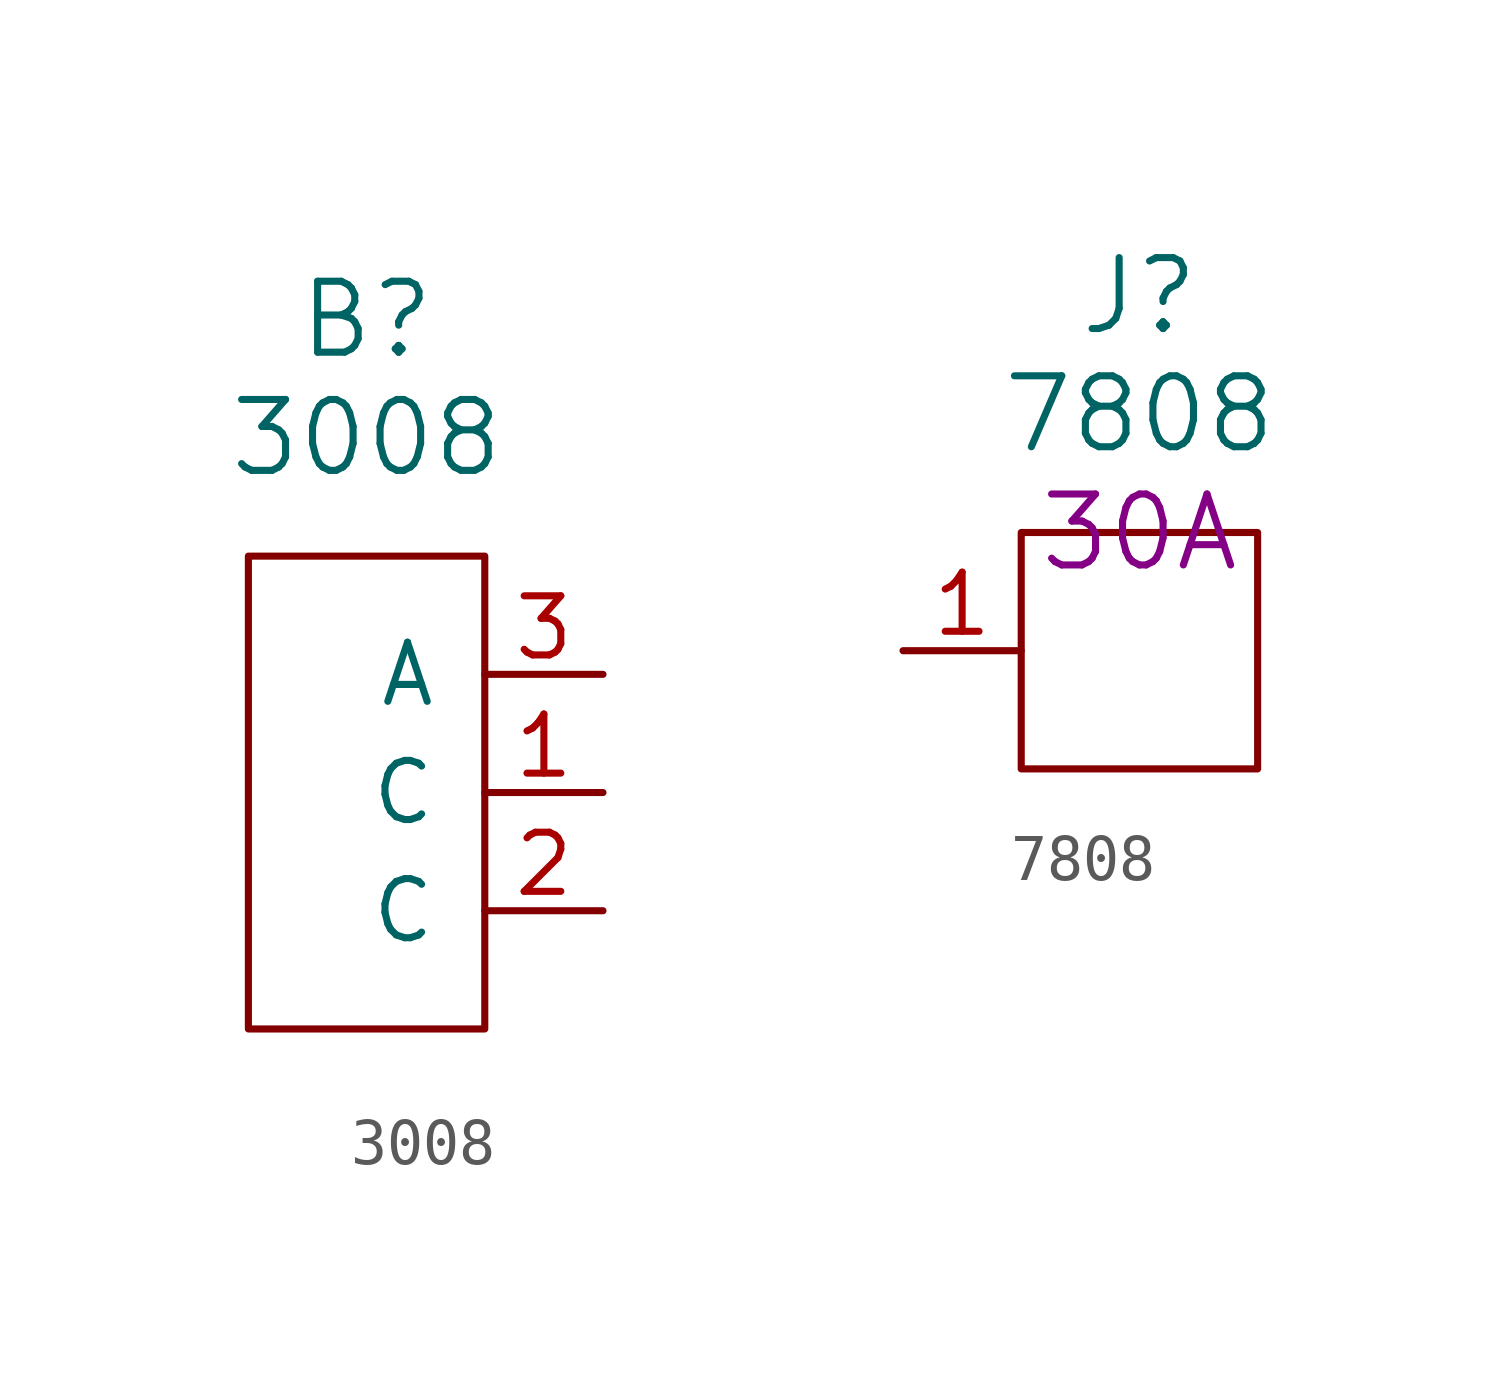
<source format=kicad_sym>
(kicad_symbol_lib
  (version 20220914)
  (generator kicad_symbol_editor)
  (symbol "3008"
    (pin_names
      (offset 1.016))
    (property "Reference" "B"
      (at 2.54 15.24 0)
      (effects (font (size 1.524 1.524))))
    (property "Value" "3008"
      (at 2.54 12.7 0)
      (effects (font (size 1.524 1.524))))
    (symbol "3008_0_1"
      (rectangle (start 0 0) (end 5.08 10.16) (stroke (width 0) (type solid)) (fill (type none))))
    (symbol "3008_1_1"
      (pin passive line (at 7.62 5.08 180) (length 2.54) (name "C" (effects (font (size 1.27 1.27)))) (number "1" (effects (font (size 1.27 1.27)))))
      (pin passive line (at 7.62 2.54 180) (length 2.54) (name "C" (effects (font (size 1.27 1.27)))) (number "2" (effects (font (size 1.27 1.27)))))
      (pin power_out line (at 7.62 7.62 180) (length 2.54) (name "A" (effects (font (size 1.27 1.27)))) (number "3" (effects (font (size 1.27 1.27)))))))
  (symbol "7808"
    (pin_names
      (offset 1.016) hide)
    (property "Reference" "J"
      (at 2.54 10.16 0)
      (effects (font (size 1.524 1.524))))
    (property "Value" "7808"
      (at 2.54 7.62 0)
      (effects (font (size 1.524 1.524))))
    (property "Amps" "30A"
      (at 2.54 5.08 0)
      (effects (font (size 1.524 1.524))))
    (symbol "7808_0_1"
      (rectangle (start 0 0) (end 5.08 5.08) (stroke (width 0) (type solid)) (fill (type none))))
    (symbol "7808_1_1"
      (pin passive line (at -2.54 2.54 0) (length 2.54) (name "1" (effects (font (size 1.27 1.27)))) (number "1" (effects (font (size 1.27 1.27))))))))
</source>
